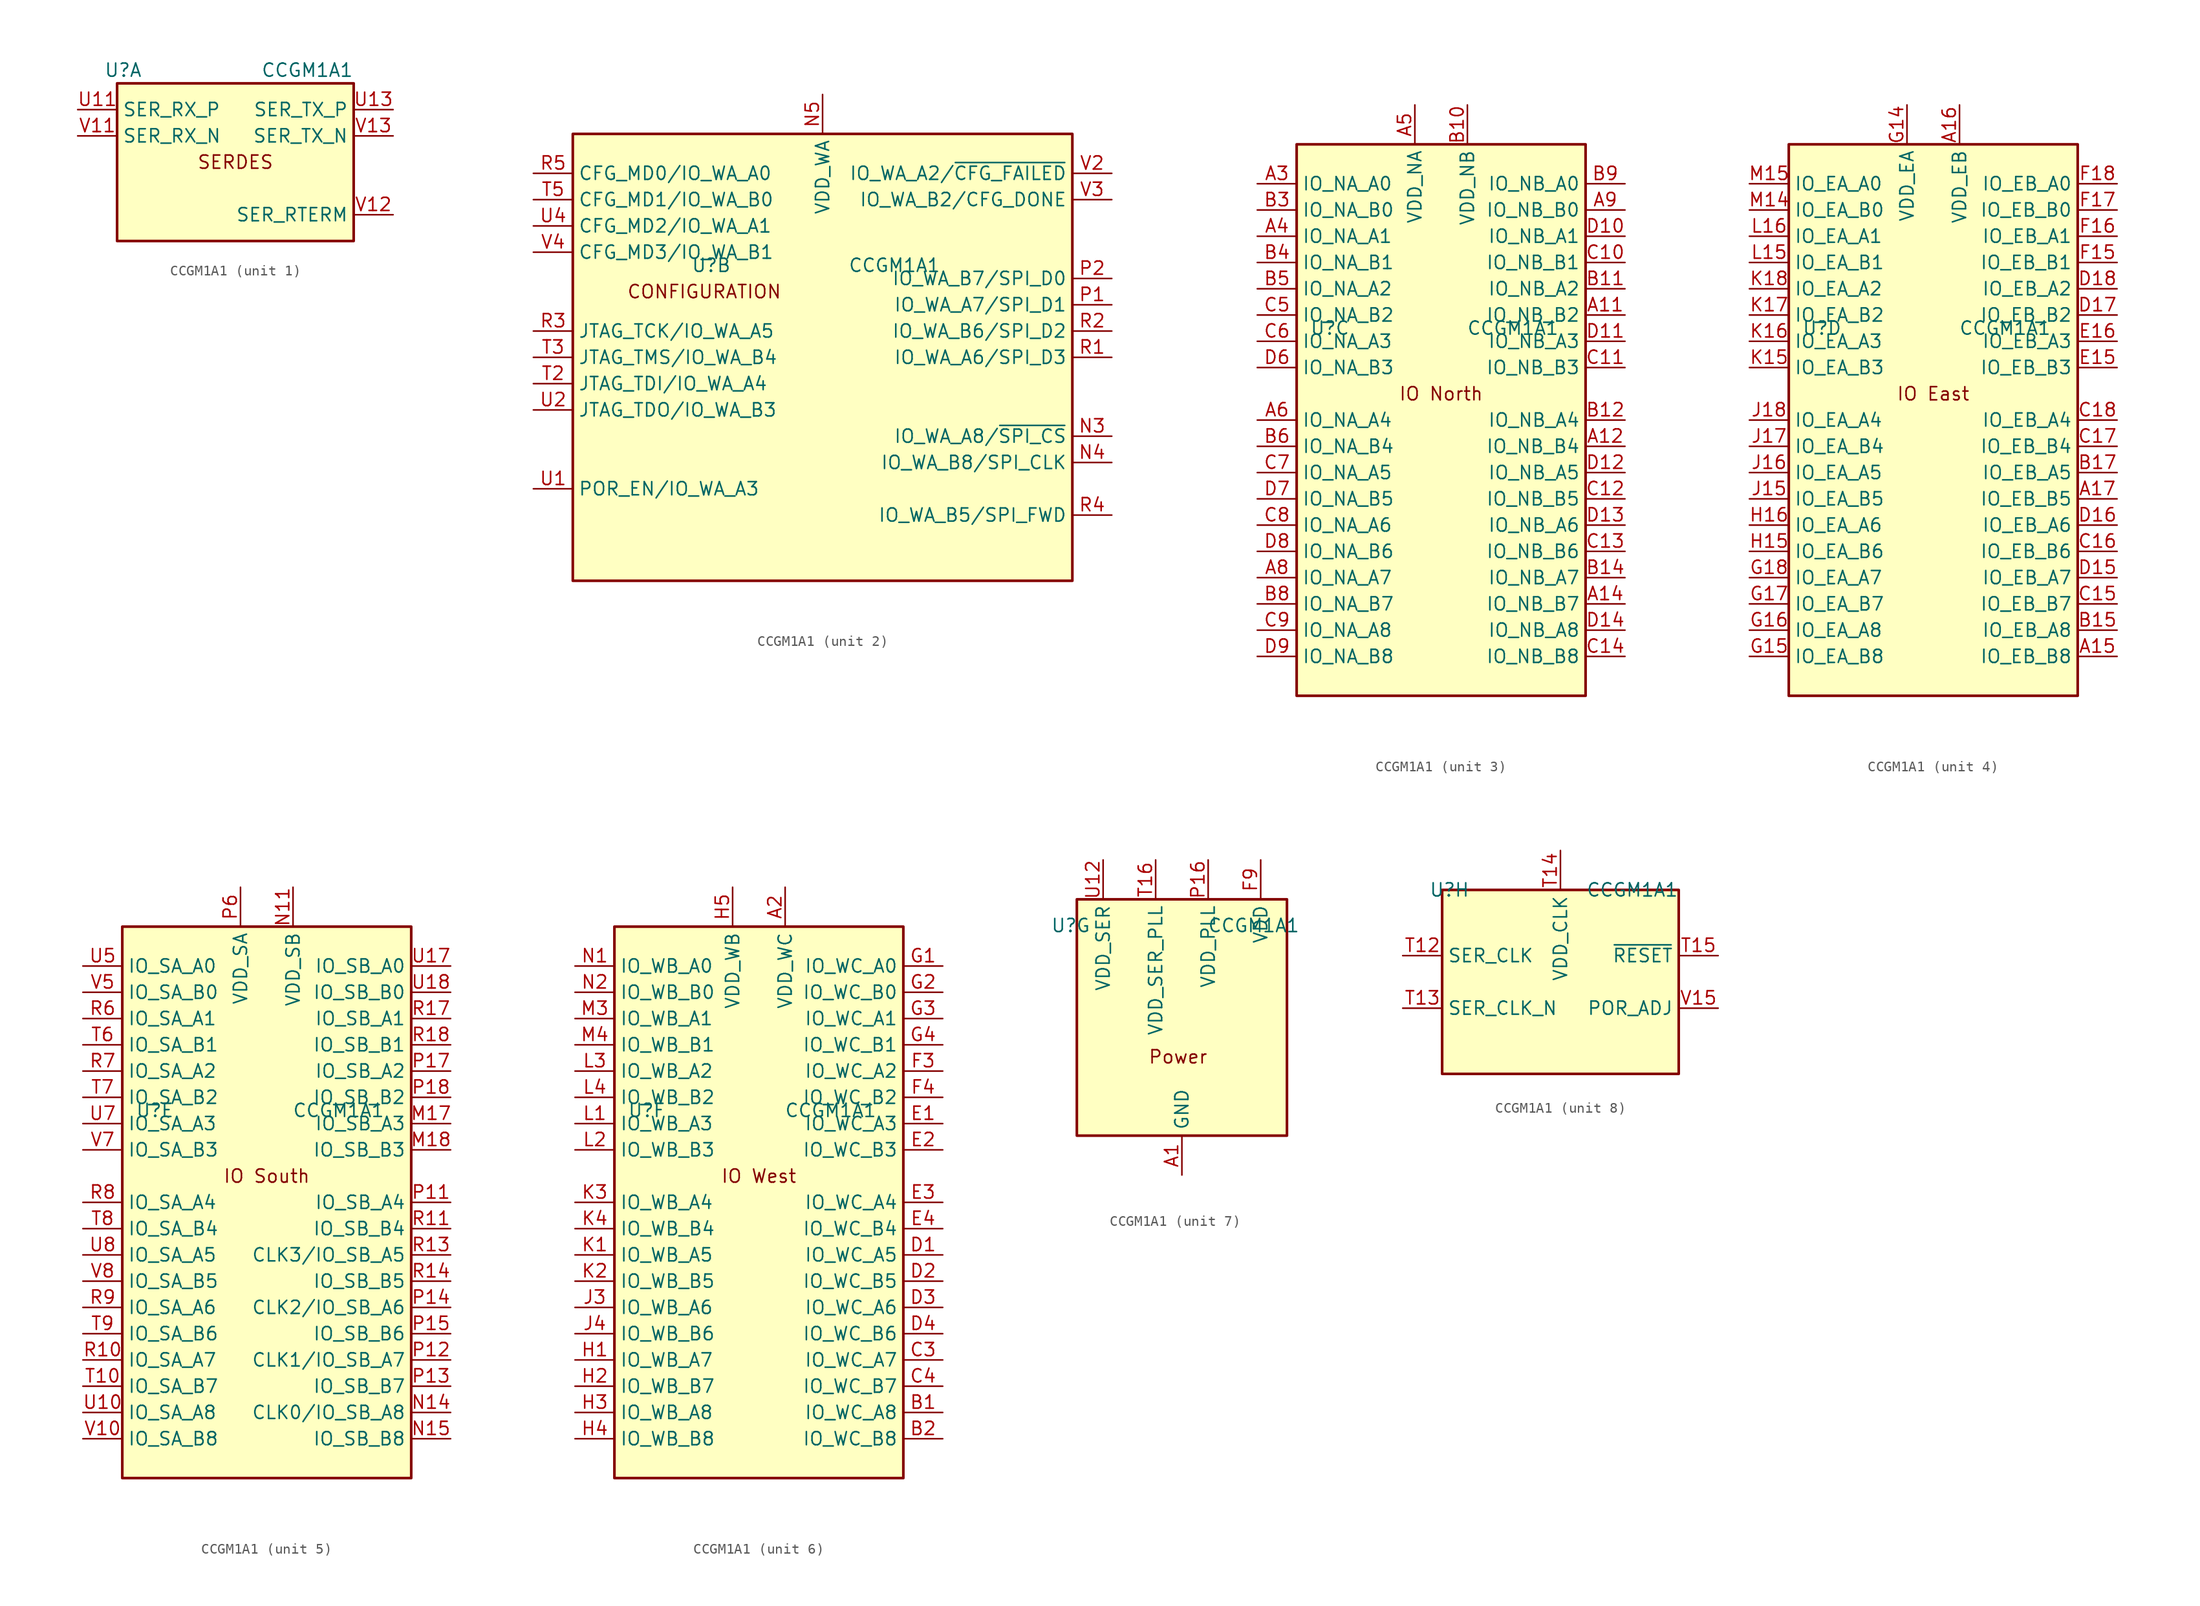
<source format=kicad_sym>
(kicad_symbol_lib
  (version 20231120)
  (generator "kicad_symbol_editor")
  (generator_version "8.0")
  (symbol "CCGM1A1"
    (property "Reference" "U"
      (at -12.7 8.89 0)
      (effects (font (size 1.27 1.27)) (justify left)))
    (property "Value" "CCGM1A1"
      (at 11.43 8.89 0)
      (effects (font (size 1.27 1.27)) (justify right)))
    (property "ki_locked" ""
      (at 0 0 0)
      (effects (font (size 1.27 1.27))))
    (symbol "CCGM1A1_1_1"
      (rectangle (start -11.43 7.62) (end 11.43 -7.62) (stroke (width 0.254) (type default)) (fill (type background)))
      (text "SERDES" (at 0 0 0) (effects (font (size 1.27 1.27))))
      (pin input line (at -15.24 5.08 0) (length 3.81) (name "SER_RX_P" (effects (font (size 1.27 1.27)))) (number "U11" (effects (font (size 1.27 1.27)))))
      (pin output line (at 15.24 5.08 180) (length 3.81) (name "SER_TX_P" (effects (font (size 1.27 1.27)))) (number "U13" (effects (font (size 1.27 1.27)))))
      (pin input line (at -15.24 2.54 0) (length 3.81) (name "SER_RX_N" (effects (font (size 1.27 1.27)))) (number "V11" (effects (font (size 1.27 1.27)))))
      (pin passive line (at 15.24 -5.08 180) (length 3.81) (name "SER_RTERM" (effects (font (size 1.27 1.27)))) (number "V12" (effects (font (size 1.27 1.27)))))
      (pin output line (at 15.24 2.54 180) (length 3.81) (name "SER_TX_N" (effects (font (size 1.27 1.27)))) (number "V13" (effects (font (size 1.27 1.27))))))
    (symbol "CCGM1A1_2_1"
      (rectangle (start 24.13 21.59) (end -24.13 -21.59) (stroke (width 0.254) (type default)) (fill (type background)))
      (text "CONFIGURATION" (at -11.43 6.35 0) (effects (font (size 1.27 1.27))))
      (pin bidirectional line (at 27.94 -7.62 180) (length 3.81) (name "IO_WA_A8/~{SPI_CS}" (effects (font (size 1.27 1.27)))) (number "N3" (effects (font (size 1.27 1.27)))))
      (pin bidirectional line (at 27.94 -10.16 180) (length 3.81) (name "IO_WA_B8/SPI_CLK" (effects (font (size 1.27 1.27)))) (number "N4" (effects (font (size 1.27 1.27)))))
      (pin power_in line (at 0 25.4 270) (length 3.81) (name "VDD_WA" (effects (font (size 1.27 1.27)))) (number "N5" (effects (font (size 1.27 1.27)))))
      (pin bidirectional line (at 27.94 5.08 180) (length 3.81) (name "IO_WA_A7/SPI_D1" (effects (font (size 1.27 1.27)))) (number "P1" (effects (font (size 1.27 1.27)))))
      (pin bidirectional line (at 27.94 7.62 180) (length 3.81) (name "IO_WA_B7/SPI_D0" (effects (font (size 1.27 1.27)))) (number "P2" (effects (font (size 1.27 1.27)))))
      (pin passive line (at 0 25.4 270) (length 3.81) hide (name "VDD_WA" (effects (font (size 1.27 1.27)))) (number "P3" (effects (font (size 1.27 1.27)))))
      (pin passive line (at 0 25.4 270) (length 3.81) hide (name "VDD_WA" (effects (font (size 1.27 1.27)))) (number "P5" (effects (font (size 1.27 1.27)))))
      (pin bidirectional line (at 27.94 0 180) (length 3.81) (name "IO_WA_A6/SPI_D3" (effects (font (size 1.27 1.27)))) (number "R1" (effects (font (size 1.27 1.27)))))
      (pin bidirectional line (at 27.94 2.54 180) (length 3.81) (name "IO_WA_B6/SPI_D2" (effects (font (size 1.27 1.27)))) (number "R2" (effects (font (size 1.27 1.27)))))
      (pin bidirectional line (at -27.94 2.54 0) (length 3.81) (name "JTAG_TCK/IO_WA_A5" (effects (font (size 1.27 1.27)))) (number "R3" (effects (font (size 1.27 1.27)))))
      (pin bidirectional line (at 27.94 -15.24 180) (length 3.81) (name "IO_WA_B5/SPI_FWD" (effects (font (size 1.27 1.27)))) (number "R4" (effects (font (size 1.27 1.27)))))
      (pin bidirectional line (at -27.94 17.78 0) (length 3.81) (name "CFG_MD0/IO_WA_A0" (effects (font (size 1.27 1.27)))) (number "R5" (effects (font (size 1.27 1.27)))))
      (pin passive line (at 0 25.4 270) (length 3.81) hide (name "VDD_WA" (effects (font (size 1.27 1.27)))) (number "T1" (effects (font (size 1.27 1.27)))))
      (pin bidirectional line (at -27.94 -2.54 0) (length 3.81) (name "JTAG_TDI/IO_WA_A4" (effects (font (size 1.27 1.27)))) (number "T2" (effects (font (size 1.27 1.27)))))
      (pin bidirectional line (at -27.94 0 0) (length 3.81) (name "JTAG_TMS/IO_WA_B4" (effects (font (size 1.27 1.27)))) (number "T3" (effects (font (size 1.27 1.27)))))
      (pin bidirectional line (at -27.94 15.24 0) (length 3.81) (name "CFG_MD1/IO_WA_B0" (effects (font (size 1.27 1.27)))) (number "T5" (effects (font (size 1.27 1.27)))))
      (pin bidirectional line (at -27.94 -12.7 0) (length 3.81) (name "POR_EN/IO_WA_A3" (effects (font (size 1.27 1.27)))) (number "U1" (effects (font (size 1.27 1.27)))))
      (pin bidirectional line (at -27.94 -5.08 0) (length 3.81) (name "JTAG_TDO/IO_WA_B3" (effects (font (size 1.27 1.27)))) (number "U2" (effects (font (size 1.27 1.27)))))
      (pin passive line (at 0 25.4 270) (length 3.81) hide (name "VDD_WA" (effects (font (size 1.27 1.27)))) (number "U3" (effects (font (size 1.27 1.27)))))
      (pin bidirectional line (at -27.94 12.7 0) (length 3.81) (name "CFG_MD2/IO_WA_A1" (effects (font (size 1.27 1.27)))) (number "U4" (effects (font (size 1.27 1.27)))))
      (pin bidirectional line (at 27.94 17.78 180) (length 3.81) (name "IO_WA_A2/~{CFG_FAILED}" (effects (font (size 1.27 1.27)))) (number "V2" (effects (font (size 1.27 1.27)))))
      (pin bidirectional line (at 27.94 15.24 180) (length 3.81) (name "IO_WA_B2/CFG_DONE" (effects (font (size 1.27 1.27)))) (number "V3" (effects (font (size 1.27 1.27)))))
      (pin bidirectional line (at -27.94 10.16 0) (length 3.81) (name "CFG_MD3/IO_WA_B1" (effects (font (size 1.27 1.27)))) (number "V4" (effects (font (size 1.27 1.27))))))
    (symbol "CCGM1A1_3_1"
      (rectangle (start -13.97 -26.67) (end 13.97 26.67) (stroke (width 0.254) (type default)) (fill (type background)))
      (text "IO North" (at 0 2.54 0) (effects (font (size 1.27 1.27))))
      (pin bidirectional line (at 17.78 10.16 180) (length 3.81) (name "IO_NB_B2" (effects (font (size 1.27 1.27)))) (number "A11" (effects (font (size 1.27 1.27)))))
      (pin bidirectional line (at 17.78 -2.54 180) (length 3.81) (name "IO_NB_B4" (effects (font (size 1.27 1.27)))) (number "A12" (effects (font (size 1.27 1.27)))))
      (pin bidirectional line (at 17.78 -17.78 180) (length 3.81) (name "IO_NB_B7" (effects (font (size 1.27 1.27)))) (number "A14" (effects (font (size 1.27 1.27)))))
      (pin bidirectional line (at -17.78 22.86 0) (length 3.81) (name "IO_NA_A0" (effects (font (size 1.27 1.27)))) (number "A3" (effects (font (size 1.27 1.27)))))
      (pin bidirectional line (at -17.78 17.78 0) (length 3.81) (name "IO_NA_A1" (effects (font (size 1.27 1.27)))) (number "A4" (effects (font (size 1.27 1.27)))))
      (pin power_in line (at -2.54 30.48 270) (length 3.81) (name "VDD_NA" (effects (font (size 1.27 1.27)))) (number "A5" (effects (font (size 1.27 1.27)))))
      (pin bidirectional line (at -17.78 0 0) (length 3.81) (name "IO_NA_A4" (effects (font (size 1.27 1.27)))) (number "A6" (effects (font (size 1.27 1.27)))))
      (pin bidirectional line (at -17.78 -15.24 0) (length 3.81) (name "IO_NA_A7" (effects (font (size 1.27 1.27)))) (number "A8" (effects (font (size 1.27 1.27)))))
      (pin bidirectional line (at 17.78 20.32 180) (length 3.81) (name "IO_NB_B0" (effects (font (size 1.27 1.27)))) (number "A9" (effects (font (size 1.27 1.27)))))
      (pin power_in line (at 2.54 30.48 270) (length 3.81) (name "VDD_NB" (effects (font (size 1.27 1.27)))) (number "B10" (effects (font (size 1.27 1.27)))))
      (pin bidirectional line (at 17.78 12.7 180) (length 3.81) (name "IO_NB_A2" (effects (font (size 1.27 1.27)))) (number "B11" (effects (font (size 1.27 1.27)))))
      (pin bidirectional line (at 17.78 0 180) (length 3.81) (name "IO_NB_A4" (effects (font (size 1.27 1.27)))) (number "B12" (effects (font (size 1.27 1.27)))))
      (pin passive line (at 2.54 30.48 270) (length 3.81) hide (name "VDD_NB" (effects (font (size 1.27 1.27)))) (number "B13" (effects (font (size 1.27 1.27)))))
      (pin bidirectional line (at 17.78 -15.24 180) (length 3.81) (name "IO_NB_A7" (effects (font (size 1.27 1.27)))) (number "B14" (effects (font (size 1.27 1.27)))))
      (pin bidirectional line (at -17.78 20.32 0) (length 3.81) (name "IO_NA_B0" (effects (font (size 1.27 1.27)))) (number "B3" (effects (font (size 1.27 1.27)))))
      (pin bidirectional line (at -17.78 15.24 0) (length 3.81) (name "IO_NA_B1" (effects (font (size 1.27 1.27)))) (number "B4" (effects (font (size 1.27 1.27)))))
      (pin bidirectional line (at -17.78 12.7 0) (length 3.81) (name "IO_NA_A2" (effects (font (size 1.27 1.27)))) (number "B5" (effects (font (size 1.27 1.27)))))
      (pin bidirectional line (at -17.78 -2.54 0) (length 3.81) (name "IO_NA_B4" (effects (font (size 1.27 1.27)))) (number "B6" (effects (font (size 1.27 1.27)))))
      (pin passive line (at -2.54 30.48 270) (length 3.81) hide (name "VDD_NA" (effects (font (size 1.27 1.27)))) (number "B7" (effects (font (size 1.27 1.27)))))
      (pin bidirectional line (at -17.78 -17.78 0) (length 3.81) (name "IO_NA_B7" (effects (font (size 1.27 1.27)))) (number "B8" (effects (font (size 1.27 1.27)))))
      (pin bidirectional line (at 17.78 22.86 180) (length 3.81) (name "IO_NB_A0" (effects (font (size 1.27 1.27)))) (number "B9" (effects (font (size 1.27 1.27)))))
      (pin bidirectional line (at 17.78 15.24 180) (length 3.81) (name "IO_NB_B1" (effects (font (size 1.27 1.27)))) (number "C10" (effects (font (size 1.27 1.27)))))
      (pin bidirectional line (at 17.78 5.08 180) (length 3.81) (name "IO_NB_B3" (effects (font (size 1.27 1.27)))) (number "C11" (effects (font (size 1.27 1.27)))))
      (pin bidirectional line (at 17.78 -7.62 180) (length 3.81) (name "IO_NB_B5" (effects (font (size 1.27 1.27)))) (number "C12" (effects (font (size 1.27 1.27)))))
      (pin bidirectional line (at 17.78 -12.7 180) (length 3.81) (name "IO_NB_B6" (effects (font (size 1.27 1.27)))) (number "C13" (effects (font (size 1.27 1.27)))))
      (pin bidirectional line (at 17.78 -22.86 180) (length 3.81) (name "IO_NB_B8" (effects (font (size 1.27 1.27)))) (number "C14" (effects (font (size 1.27 1.27)))))
      (pin bidirectional line (at -17.78 10.16 0) (length 3.81) (name "IO_NA_B2" (effects (font (size 1.27 1.27)))) (number "C5" (effects (font (size 1.27 1.27)))))
      (pin bidirectional line (at -17.78 7.62 0) (length 3.81) (name "IO_NA_A3" (effects (font (size 1.27 1.27)))) (number "C6" (effects (font (size 1.27 1.27)))))
      (pin bidirectional line (at -17.78 -5.08 0) (length 3.81) (name "IO_NA_A5" (effects (font (size 1.27 1.27)))) (number "C7" (effects (font (size 1.27 1.27)))))
      (pin bidirectional line (at -17.78 -10.16 0) (length 3.81) (name "IO_NA_A6" (effects (font (size 1.27 1.27)))) (number "C8" (effects (font (size 1.27 1.27)))))
      (pin bidirectional line (at -17.78 -20.32 0) (length 3.81) (name "IO_NA_A8" (effects (font (size 1.27 1.27)))) (number "C9" (effects (font (size 1.27 1.27)))))
      (pin bidirectional line (at 17.78 17.78 180) (length 3.81) (name "IO_NB_A1" (effects (font (size 1.27 1.27)))) (number "D10" (effects (font (size 1.27 1.27)))))
      (pin bidirectional line (at 17.78 7.62 180) (length 3.81) (name "IO_NB_A3" (effects (font (size 1.27 1.27)))) (number "D11" (effects (font (size 1.27 1.27)))))
      (pin bidirectional line (at 17.78 -5.08 180) (length 3.81) (name "IO_NB_A5" (effects (font (size 1.27 1.27)))) (number "D12" (effects (font (size 1.27 1.27)))))
      (pin bidirectional line (at 17.78 -10.16 180) (length 3.81) (name "IO_NB_A6" (effects (font (size 1.27 1.27)))) (number "D13" (effects (font (size 1.27 1.27)))))
      (pin bidirectional line (at 17.78 -20.32 180) (length 3.81) (name "IO_NB_A8" (effects (font (size 1.27 1.27)))) (number "D14" (effects (font (size 1.27 1.27)))))
      (pin bidirectional line (at -17.78 5.08 0) (length 3.81) (name "IO_NA_B3" (effects (font (size 1.27 1.27)))) (number "D6" (effects (font (size 1.27 1.27)))))
      (pin bidirectional line (at -17.78 -7.62 0) (length 3.81) (name "IO_NA_B5" (effects (font (size 1.27 1.27)))) (number "D7" (effects (font (size 1.27 1.27)))))
      (pin bidirectional line (at -17.78 -12.7 0) (length 3.81) (name "IO_NA_B6" (effects (font (size 1.27 1.27)))) (number "D8" (effects (font (size 1.27 1.27)))))
      (pin bidirectional line (at -17.78 -22.86 0) (length 3.81) (name "IO_NA_B8" (effects (font (size 1.27 1.27)))) (number "D9" (effects (font (size 1.27 1.27)))))
      (pin passive line (at 2.54 30.48 270) (length 3.81) hide (name "VDD_NB" (effects (font (size 1.27 1.27)))) (number "E10" (effects (font (size 1.27 1.27)))))
      (pin passive line (at 2.54 30.48 270) (length 3.81) hide (name "VDD_NB" (effects (font (size 1.27 1.27)))) (number "E12" (effects (font (size 1.27 1.27)))))
      (pin passive line (at -2.54 30.48 270) (length 3.81) hide (name "VDD_NA" (effects (font (size 1.27 1.27)))) (number "E6" (effects (font (size 1.27 1.27)))))
      (pin passive line (at -2.54 30.48 270) (length 3.81) hide (name "VDD_NA" (effects (font (size 1.27 1.27)))) (number "E8" (effects (font (size 1.27 1.27)))))
      (pin passive line (at 2.54 30.48 270) (length 3.81) hide (name "VDD_NB" (effects (font (size 1.27 1.27)))) (number "F11" (effects (font (size 1.27 1.27)))))
      (pin passive line (at -2.54 30.48 270) (length 3.81) hide (name "VDD_NA" (effects (font (size 1.27 1.27)))) (number "F7" (effects (font (size 1.27 1.27))))))
    (symbol "CCGM1A1_4_1"
      (rectangle (start -13.97 -26.67) (end 13.97 26.67) (stroke (width 0.254) (type default)) (fill (type background)))
      (text "IO East" (at 0 2.54 0) (effects (font (size 1.27 1.27))))
      (pin bidirectional line (at 17.78 -22.86 180) (length 3.81) (name "IO_EB_B8" (effects (font (size 1.27 1.27)))) (number "A15" (effects (font (size 1.27 1.27)))))
      (pin power_in line (at 2.54 30.48 270) (length 3.81) (name "VDD_EB" (effects (font (size 1.27 1.27)))) (number "A16" (effects (font (size 1.27 1.27)))))
      (pin bidirectional line (at 17.78 -7.62 180) (length 3.81) (name "IO_EB_B5" (effects (font (size 1.27 1.27)))) (number "A17" (effects (font (size 1.27 1.27)))))
      (pin bidirectional line (at 17.78 -20.32 180) (length 3.81) (name "IO_EB_A8" (effects (font (size 1.27 1.27)))) (number "B15" (effects (font (size 1.27 1.27)))))
      (pin bidirectional line (at 17.78 -5.08 180) (length 3.81) (name "IO_EB_A5" (effects (font (size 1.27 1.27)))) (number "B17" (effects (font (size 1.27 1.27)))))
      (pin passive line (at 2.54 30.48 270) (length 3.81) hide (name "VDD_EB" (effects (font (size 1.27 1.27)))) (number "B18" (effects (font (size 1.27 1.27)))))
      (pin bidirectional line (at 17.78 -17.78 180) (length 3.81) (name "IO_EB_B7" (effects (font (size 1.27 1.27)))) (number "C15" (effects (font (size 1.27 1.27)))))
      (pin bidirectional line (at 17.78 -12.7 180) (length 3.81) (name "IO_EB_B6" (effects (font (size 1.27 1.27)))) (number "C16" (effects (font (size 1.27 1.27)))))
      (pin bidirectional line (at 17.78 -2.54 180) (length 3.81) (name "IO_EB_B4" (effects (font (size 1.27 1.27)))) (number "C17" (effects (font (size 1.27 1.27)))))
      (pin bidirectional line (at 17.78 0 180) (length 3.81) (name "IO_EB_A4" (effects (font (size 1.27 1.27)))) (number "C18" (effects (font (size 1.27 1.27)))))
      (pin bidirectional line (at 17.78 -15.24 180) (length 3.81) (name "IO_EB_A7" (effects (font (size 1.27 1.27)))) (number "D15" (effects (font (size 1.27 1.27)))))
      (pin bidirectional line (at 17.78 -10.16 180) (length 3.81) (name "IO_EB_A6" (effects (font (size 1.27 1.27)))) (number "D16" (effects (font (size 1.27 1.27)))))
      (pin bidirectional line (at 17.78 10.16 180) (length 3.81) (name "IO_EB_B2" (effects (font (size 1.27 1.27)))) (number "D17" (effects (font (size 1.27 1.27)))))
      (pin bidirectional line (at 17.78 12.7 180) (length 3.81) (name "IO_EB_A2" (effects (font (size 1.27 1.27)))) (number "D18" (effects (font (size 1.27 1.27)))))
      (pin passive line (at 2.54 30.48 270) (length 3.81) hide (name "VDD_EB" (effects (font (size 1.27 1.27)))) (number "E14" (effects (font (size 1.27 1.27)))))
      (pin bidirectional line (at 17.78 5.08 180) (length 3.81) (name "IO_EB_B3" (effects (font (size 1.27 1.27)))) (number "E15" (effects (font (size 1.27 1.27)))))
      (pin bidirectional line (at 17.78 7.62 180) (length 3.81) (name "IO_EB_A3" (effects (font (size 1.27 1.27)))) (number "E16" (effects (font (size 1.27 1.27)))))
      (pin passive line (at 2.54 30.48 270) (length 3.81) hide (name "VDD_EB" (effects (font (size 1.27 1.27)))) (number "E17" (effects (font (size 1.27 1.27)))))
      (pin passive line (at 2.54 30.48 270) (length 3.81) hide (name "VDD_EB" (effects (font (size 1.27 1.27)))) (number "F13" (effects (font (size 1.27 1.27)))))
      (pin bidirectional line (at 17.78 15.24 180) (length 3.81) (name "IO_EB_B1" (effects (font (size 1.27 1.27)))) (number "F15" (effects (font (size 1.27 1.27)))))
      (pin bidirectional line (at 17.78 17.78 180) (length 3.81) (name "IO_EB_A1" (effects (font (size 1.27 1.27)))) (number "F16" (effects (font (size 1.27 1.27)))))
      (pin bidirectional line (at 17.78 20.32 180) (length 3.81) (name "IO_EB_B0" (effects (font (size 1.27 1.27)))) (number "F17" (effects (font (size 1.27 1.27)))))
      (pin bidirectional line (at 17.78 22.86 180) (length 3.81) (name "IO_EB_A0" (effects (font (size 1.27 1.27)))) (number "F18" (effects (font (size 1.27 1.27)))))
      (pin power_in line (at -2.54 30.48 270) (length 3.81) (name "VDD_EA" (effects (font (size 1.27 1.27)))) (number "G14" (effects (font (size 1.27 1.27)))))
      (pin bidirectional line (at -17.78 -22.86 0) (length 3.81) (name "IO_EA_B8" (effects (font (size 1.27 1.27)))) (number "G15" (effects (font (size 1.27 1.27)))))
      (pin bidirectional line (at -17.78 -20.32 0) (length 3.81) (name "IO_EA_A8" (effects (font (size 1.27 1.27)))) (number "G16" (effects (font (size 1.27 1.27)))))
      (pin bidirectional line (at -17.78 -17.78 0) (length 3.81) (name "IO_EA_B7" (effects (font (size 1.27 1.27)))) (number "G17" (effects (font (size 1.27 1.27)))))
      (pin bidirectional line (at -17.78 -15.24 0) (length 3.81) (name "IO_EA_A7" (effects (font (size 1.27 1.27)))) (number "G18" (effects (font (size 1.27 1.27)))))
      (pin bidirectional line (at -17.78 -12.7 0) (length 3.81) (name "IO_EA_B6" (effects (font (size 1.27 1.27)))) (number "H15" (effects (font (size 1.27 1.27)))))
      (pin bidirectional line (at -17.78 -10.16 0) (length 3.81) (name "IO_EA_A6" (effects (font (size 1.27 1.27)))) (number "H16" (effects (font (size 1.27 1.27)))))
      (pin passive line (at -2.54 30.48 270) (length 3.81) hide (name "VDD_EA" (effects (font (size 1.27 1.27)))) (number "H17" (effects (font (size 1.27 1.27)))))
      (pin passive line (at -2.54 30.48 270) (length 3.81) hide (name "VDD_EA" (effects (font (size 1.27 1.27)))) (number "J14" (effects (font (size 1.27 1.27)))))
      (pin bidirectional line (at -17.78 -7.62 0) (length 3.81) (name "IO_EA_B5" (effects (font (size 1.27 1.27)))) (number "J15" (effects (font (size 1.27 1.27)))))
      (pin bidirectional line (at -17.78 -5.08 0) (length 3.81) (name "IO_EA_A5" (effects (font (size 1.27 1.27)))) (number "J16" (effects (font (size 1.27 1.27)))))
      (pin bidirectional line (at -17.78 -2.54 0) (length 3.81) (name "IO_EA_B4" (effects (font (size 1.27 1.27)))) (number "J17" (effects (font (size 1.27 1.27)))))
      (pin bidirectional line (at -17.78 0 0) (length 3.81) (name "IO_EA_A4" (effects (font (size 1.27 1.27)))) (number "J18" (effects (font (size 1.27 1.27)))))
      (pin bidirectional line (at -17.78 5.08 0) (length 3.81) (name "IO_EA_B3" (effects (font (size 1.27 1.27)))) (number "K15" (effects (font (size 1.27 1.27)))))
      (pin bidirectional line (at -17.78 7.62 0) (length 3.81) (name "IO_EA_A3" (effects (font (size 1.27 1.27)))) (number "K16" (effects (font (size 1.27 1.27)))))
      (pin bidirectional line (at -17.78 10.16 0) (length 3.81) (name "IO_EA_B2" (effects (font (size 1.27 1.27)))) (number "K17" (effects (font (size 1.27 1.27)))))
      (pin bidirectional line (at -17.78 12.7 0) (length 3.81) (name "IO_EA_A2" (effects (font (size 1.27 1.27)))) (number "K18" (effects (font (size 1.27 1.27)))))
      (pin passive line (at -2.54 30.48 270) (length 3.81) hide (name "VDD_EA" (effects (font (size 1.27 1.27)))) (number "L14" (effects (font (size 1.27 1.27)))))
      (pin bidirectional line (at -17.78 15.24 0) (length 3.81) (name "IO_EA_B1" (effects (font (size 1.27 1.27)))) (number "L15" (effects (font (size 1.27 1.27)))))
      (pin bidirectional line (at -17.78 17.78 0) (length 3.81) (name "IO_EA_A1" (effects (font (size 1.27 1.27)))) (number "L16" (effects (font (size 1.27 1.27)))))
      (pin passive line (at -2.54 30.48 270) (length 3.81) hide (name "VDD_EA" (effects (font (size 1.27 1.27)))) (number "L17" (effects (font (size 1.27 1.27)))))
      (pin bidirectional line (at -17.78 20.32 0) (length 3.81) (name "IO_EA_B0" (effects (font (size 1.27 1.27)))) (number "M14" (effects (font (size 1.27 1.27)))))
      (pin bidirectional line (at -17.78 22.86 0) (length 3.81) (name "IO_EA_A0" (effects (font (size 1.27 1.27)))) (number "M15" (effects (font (size 1.27 1.27))))))
    (symbol "CCGM1A1_5_1"
      (rectangle (start -13.97 -26.67) (end 13.97 26.67) (stroke (width 0.254) (type default)) (fill (type background)))
      (text "IO South" (at 0 2.54 0) (effects (font (size 1.27 1.27))))
      (pin bidirectional line (at 17.78 7.62 180) (length 3.81) (name "IO_SB_A3" (effects (font (size 1.27 1.27)))) (number "M17" (effects (font (size 1.27 1.27)))))
      (pin bidirectional line (at 17.78 5.08 180) (length 3.81) (name "IO_SB_B3" (effects (font (size 1.27 1.27)))) (number "M18" (effects (font (size 1.27 1.27)))))
      (pin power_in line (at 2.54 30.48 270) (length 3.81) (name "VDD_SB" (effects (font (size 1.27 1.27)))) (number "N11" (effects (font (size 1.27 1.27)))))
      (pin passive line (at 2.54 30.48 270) (length 3.81) hide (name "VDD_SB" (effects (font (size 1.27 1.27)))) (number "N13" (effects (font (size 1.27 1.27)))))
      (pin bidirectional line (at 17.78 -20.32 180) (length 3.81) (name "CLK0/IO_SB_A8" (effects (font (size 1.27 1.27)))) (number "N14" (effects (font (size 1.27 1.27)))))
      (pin bidirectional line (at 17.78 -22.86 180) (length 3.81) (name "IO_SB_B8" (effects (font (size 1.27 1.27)))) (number "N15" (effects (font (size 1.27 1.27)))))
      (pin passive line (at 2.54 30.48 270) (length 3.81) hide (name "VDD_SB" (effects (font (size 1.27 1.27)))) (number "N18" (effects (font (size 1.27 1.27)))))
      (pin passive line (at -2.54 30.48 270) (length 3.81) hide (name "VDD_SA" (effects (font (size 1.27 1.27)))) (number "P10" (effects (font (size 1.27 1.27)))))
      (pin bidirectional line (at 17.78 0 180) (length 3.81) (name "IO_SB_A4" (effects (font (size 1.27 1.27)))) (number "P11" (effects (font (size 1.27 1.27)))))
      (pin bidirectional line (at 17.78 -15.24 180) (length 3.81) (name "CLK1/IO_SB_A7" (effects (font (size 1.27 1.27)))) (number "P12" (effects (font (size 1.27 1.27)))))
      (pin bidirectional line (at 17.78 -17.78 180) (length 3.81) (name "IO_SB_B7" (effects (font (size 1.27 1.27)))) (number "P13" (effects (font (size 1.27 1.27)))))
      (pin bidirectional line (at 17.78 -10.16 180) (length 3.81) (name "CLK2/IO_SB_A6" (effects (font (size 1.27 1.27)))) (number "P14" (effects (font (size 1.27 1.27)))))
      (pin bidirectional line (at 17.78 -12.7 180) (length 3.81) (name "IO_SB_B6" (effects (font (size 1.27 1.27)))) (number "P15" (effects (font (size 1.27 1.27)))))
      (pin bidirectional line (at 17.78 12.7 180) (length 3.81) (name "IO_SB_A2" (effects (font (size 1.27 1.27)))) (number "P17" (effects (font (size 1.27 1.27)))))
      (pin bidirectional line (at 17.78 10.16 180) (length 3.81) (name "IO_SB_B2" (effects (font (size 1.27 1.27)))) (number "P18" (effects (font (size 1.27 1.27)))))
      (pin power_in line (at -2.54 30.48 270) (length 3.81) (name "VDD_SA" (effects (font (size 1.27 1.27)))) (number "P6" (effects (font (size 1.27 1.27)))))
      (pin passive line (at -2.54 30.48 270) (length 3.81) hide (name "VDD_SA" (effects (font (size 1.27 1.27)))) (number "P8" (effects (font (size 1.27 1.27)))))
      (pin bidirectional line (at -17.78 -15.24 0) (length 3.81) (name "IO_SA_A7" (effects (font (size 1.27 1.27)))) (number "R10" (effects (font (size 1.27 1.27)))))
      (pin bidirectional line (at 17.78 -2.54 180) (length 3.81) (name "IO_SB_B4" (effects (font (size 1.27 1.27)))) (number "R11" (effects (font (size 1.27 1.27)))))
      (pin bidirectional line (at 17.78 -5.08 180) (length 3.81) (name "CLK3/IO_SB_A5" (effects (font (size 1.27 1.27)))) (number "R13" (effects (font (size 1.27 1.27)))))
      (pin bidirectional line (at 17.78 -7.62 180) (length 3.81) (name "IO_SB_B5" (effects (font (size 1.27 1.27)))) (number "R14" (effects (font (size 1.27 1.27)))))
      (pin passive line (at 2.54 30.48 270) (length 3.81) hide (name "VDD_SB" (effects (font (size 1.27 1.27)))) (number "R15" (effects (font (size 1.27 1.27)))))
      (pin bidirectional line (at 17.78 17.78 180) (length 3.81) (name "IO_SB_A1" (effects (font (size 1.27 1.27)))) (number "R17" (effects (font (size 1.27 1.27)))))
      (pin bidirectional line (at 17.78 15.24 180) (length 3.81) (name "IO_SB_B1" (effects (font (size 1.27 1.27)))) (number "R18" (effects (font (size 1.27 1.27)))))
      (pin bidirectional line (at -17.78 17.78 0) (length 3.81) (name "IO_SA_A1" (effects (font (size 1.27 1.27)))) (number "R6" (effects (font (size 1.27 1.27)))))
      (pin bidirectional line (at -17.78 12.7 0) (length 3.81) (name "IO_SA_A2" (effects (font (size 1.27 1.27)))) (number "R7" (effects (font (size 1.27 1.27)))))
      (pin bidirectional line (at -17.78 0 0) (length 3.81) (name "IO_SA_A4" (effects (font (size 1.27 1.27)))) (number "R8" (effects (font (size 1.27 1.27)))))
      (pin bidirectional line (at -17.78 -10.16 0) (length 3.81) (name "IO_SA_A6" (effects (font (size 1.27 1.27)))) (number "R9" (effects (font (size 1.27 1.27)))))
      (pin bidirectional line (at -17.78 -17.78 0) (length 3.81) (name "IO_SA_B7" (effects (font (size 1.27 1.27)))) (number "T10" (effects (font (size 1.27 1.27)))))
      (pin passive line (at 2.54 30.48 270) (length 3.81) hide (name "VDD_SB" (effects (font (size 1.27 1.27)))) (number "T18" (effects (font (size 1.27 1.27)))))
      (pin bidirectional line (at -17.78 15.24 0) (length 3.81) (name "IO_SA_B1" (effects (font (size 1.27 1.27)))) (number "T6" (effects (font (size 1.27 1.27)))))
      (pin bidirectional line (at -17.78 10.16 0) (length 3.81) (name "IO_SA_B2" (effects (font (size 1.27 1.27)))) (number "T7" (effects (font (size 1.27 1.27)))))
      (pin bidirectional line (at -17.78 -2.54 0) (length 3.81) (name "IO_SA_B4" (effects (font (size 1.27 1.27)))) (number "T8" (effects (font (size 1.27 1.27)))))
      (pin bidirectional line (at -17.78 -12.7 0) (length 3.81) (name "IO_SA_B6" (effects (font (size 1.27 1.27)))) (number "T9" (effects (font (size 1.27 1.27)))))
      (pin bidirectional line (at -17.78 -20.32 0) (length 3.81) (name "IO_SA_A8" (effects (font (size 1.27 1.27)))) (number "U10" (effects (font (size 1.27 1.27)))))
      (pin bidirectional line (at 17.78 22.86 180) (length 3.81) (name "IO_SB_A0" (effects (font (size 1.27 1.27)))) (number "U17" (effects (font (size 1.27 1.27)))))
      (pin bidirectional line (at 17.78 20.32 180) (length 3.81) (name "IO_SB_B0" (effects (font (size 1.27 1.27)))) (number "U18" (effects (font (size 1.27 1.27)))))
      (pin bidirectional line (at -17.78 22.86 0) (length 3.81) (name "IO_SA_A0" (effects (font (size 1.27 1.27)))) (number "U5" (effects (font (size 1.27 1.27)))))
      (pin passive line (at -2.54 30.48 270) (length 3.81) hide (name "VDD_SA" (effects (font (size 1.27 1.27)))) (number "U6" (effects (font (size 1.27 1.27)))))
      (pin bidirectional line (at -17.78 7.62 0) (length 3.81) (name "IO_SA_A3" (effects (font (size 1.27 1.27)))) (number "U7" (effects (font (size 1.27 1.27)))))
      (pin bidirectional line (at -17.78 -5.08 0) (length 3.81) (name "IO_SA_A5" (effects (font (size 1.27 1.27)))) (number "U8" (effects (font (size 1.27 1.27)))))
      (pin passive line (at -2.54 30.48 270) (length 3.81) hide (name "VDD_SA" (effects (font (size 1.27 1.27)))) (number "U9" (effects (font (size 1.27 1.27)))))
      (pin bidirectional line (at -17.78 -22.86 0) (length 3.81) (name "IO_SA_B8" (effects (font (size 1.27 1.27)))) (number "V10" (effects (font (size 1.27 1.27)))))
      (pin bidirectional line (at -17.78 20.32 0) (length 3.81) (name "IO_SA_B0" (effects (font (size 1.27 1.27)))) (number "V5" (effects (font (size 1.27 1.27)))))
      (pin bidirectional line (at -17.78 5.08 0) (length 3.81) (name "IO_SA_B3" (effects (font (size 1.27 1.27)))) (number "V7" (effects (font (size 1.27 1.27)))))
      (pin bidirectional line (at -17.78 -7.62 0) (length 3.81) (name "IO_SA_B5" (effects (font (size 1.27 1.27)))) (number "V8" (effects (font (size 1.27 1.27))))))
    (symbol "CCGM1A1_6_1"
      (rectangle (start -13.97 -26.67) (end 13.97 26.67) (stroke (width 0.254) (type default)) (fill (type background)))
      (text "IO West" (at 0 2.54 0) (effects (font (size 1.27 1.27))))
      (pin power_in line (at 2.54 30.48 270) (length 3.81) (name "VDD_WC" (effects (font (size 1.27 1.27)))) (number "A2" (effects (font (size 1.27 1.27)))))
      (pin bidirectional line (at 17.78 -20.32 180) (length 3.81) (name "IO_WC_A8" (effects (font (size 1.27 1.27)))) (number "B1" (effects (font (size 1.27 1.27)))))
      (pin bidirectional line (at 17.78 -22.86 180) (length 3.81) (name "IO_WC_B8" (effects (font (size 1.27 1.27)))) (number "B2" (effects (font (size 1.27 1.27)))))
      (pin passive line (at 2.54 30.48 270) (length 3.81) hide (name "VDD_WC" (effects (font (size 1.27 1.27)))) (number "C2" (effects (font (size 1.27 1.27)))))
      (pin bidirectional line (at 17.78 -15.24 180) (length 3.81) (name "IO_WC_A7" (effects (font (size 1.27 1.27)))) (number "C3" (effects (font (size 1.27 1.27)))))
      (pin bidirectional line (at 17.78 -17.78 180) (length 3.81) (name "IO_WC_B7" (effects (font (size 1.27 1.27)))) (number "C4" (effects (font (size 1.27 1.27)))))
      (pin bidirectional line (at 17.78 -5.08 180) (length 3.81) (name "IO_WC_A5" (effects (font (size 1.27 1.27)))) (number "D1" (effects (font (size 1.27 1.27)))))
      (pin bidirectional line (at 17.78 -7.62 180) (length 3.81) (name "IO_WC_B5" (effects (font (size 1.27 1.27)))) (number "D2" (effects (font (size 1.27 1.27)))))
      (pin bidirectional line (at 17.78 -10.16 180) (length 3.81) (name "IO_WC_A6" (effects (font (size 1.27 1.27)))) (number "D3" (effects (font (size 1.27 1.27)))))
      (pin bidirectional line (at 17.78 -12.7 180) (length 3.81) (name "IO_WC_B6" (effects (font (size 1.27 1.27)))) (number "D4" (effects (font (size 1.27 1.27)))))
      (pin passive line (at 2.54 30.48 270) (length 3.81) hide (name "VDD_WC" (effects (font (size 1.27 1.27)))) (number "D5" (effects (font (size 1.27 1.27)))))
      (pin bidirectional line (at 17.78 7.62 180) (length 3.81) (name "IO_WC_A3" (effects (font (size 1.27 1.27)))) (number "E1" (effects (font (size 1.27 1.27)))))
      (pin bidirectional line (at 17.78 5.08 180) (length 3.81) (name "IO_WC_B3" (effects (font (size 1.27 1.27)))) (number "E2" (effects (font (size 1.27 1.27)))))
      (pin bidirectional line (at 17.78 0 180) (length 3.81) (name "IO_WC_A4" (effects (font (size 1.27 1.27)))) (number "E3" (effects (font (size 1.27 1.27)))))
      (pin bidirectional line (at 17.78 -2.54 180) (length 3.81) (name "IO_WC_B4" (effects (font (size 1.27 1.27)))) (number "E4" (effects (font (size 1.27 1.27)))))
      (pin passive line (at 2.54 30.48 270) (length 3.81) hide (name "VDD_WC" (effects (font (size 1.27 1.27)))) (number "F2" (effects (font (size 1.27 1.27)))))
      (pin bidirectional line (at 17.78 12.7 180) (length 3.81) (name "IO_WC_A2" (effects (font (size 1.27 1.27)))) (number "F3" (effects (font (size 1.27 1.27)))))
      (pin bidirectional line (at 17.78 10.16 180) (length 3.81) (name "IO_WC_B2" (effects (font (size 1.27 1.27)))) (number "F4" (effects (font (size 1.27 1.27)))))
      (pin passive line (at 2.54 30.48 270) (length 3.81) hide (name "VDD_WC" (effects (font (size 1.27 1.27)))) (number "F5" (effects (font (size 1.27 1.27)))))
      (pin bidirectional line (at 17.78 22.86 180) (length 3.81) (name "IO_WC_A0" (effects (font (size 1.27 1.27)))) (number "G1" (effects (font (size 1.27 1.27)))))
      (pin bidirectional line (at 17.78 20.32 180) (length 3.81) (name "IO_WC_B0" (effects (font (size 1.27 1.27)))) (number "G2" (effects (font (size 1.27 1.27)))))
      (pin bidirectional line (at 17.78 17.78 180) (length 3.81) (name "IO_WC_A1" (effects (font (size 1.27 1.27)))) (number "G3" (effects (font (size 1.27 1.27)))))
      (pin bidirectional line (at 17.78 15.24 180) (length 3.81) (name "IO_WC_B1" (effects (font (size 1.27 1.27)))) (number "G4" (effects (font (size 1.27 1.27)))))
      (pin bidirectional line (at -17.78 -15.24 0) (length 3.81) (name "IO_WB_A7" (effects (font (size 1.27 1.27)))) (number "H1" (effects (font (size 1.27 1.27)))))
      (pin bidirectional line (at -17.78 -17.78 0) (length 3.81) (name "IO_WB_B7" (effects (font (size 1.27 1.27)))) (number "H2" (effects (font (size 1.27 1.27)))))
      (pin bidirectional line (at -17.78 -20.32 0) (length 3.81) (name "IO_WB_A8" (effects (font (size 1.27 1.27)))) (number "H3" (effects (font (size 1.27 1.27)))))
      (pin bidirectional line (at -17.78 -22.86 0) (length 3.81) (name "IO_WB_B8" (effects (font (size 1.27 1.27)))) (number "H4" (effects (font (size 1.27 1.27)))))
      (pin power_in line (at -2.54 30.48 270) (length 3.81) (name "VDD_WB" (effects (font (size 1.27 1.27)))) (number "H5" (effects (font (size 1.27 1.27)))))
      (pin passive line (at -2.54 30.48 270) (length 3.81) hide (name "VDD_WB" (effects (font (size 1.27 1.27)))) (number "J2" (effects (font (size 1.27 1.27)))))
      (pin bidirectional line (at -17.78 -10.16 0) (length 3.81) (name "IO_WB_A6" (effects (font (size 1.27 1.27)))) (number "J3" (effects (font (size 1.27 1.27)))))
      (pin bidirectional line (at -17.78 -12.7 0) (length 3.81) (name "IO_WB_B6" (effects (font (size 1.27 1.27)))) (number "J4" (effects (font (size 1.27 1.27)))))
      (pin bidirectional line (at -17.78 -5.08 0) (length 3.81) (name "IO_WB_A5" (effects (font (size 1.27 1.27)))) (number "K1" (effects (font (size 1.27 1.27)))))
      (pin bidirectional line (at -17.78 -7.62 0) (length 3.81) (name "IO_WB_B5" (effects (font (size 1.27 1.27)))) (number "K2" (effects (font (size 1.27 1.27)))))
      (pin bidirectional line (at -17.78 0 0) (length 3.81) (name "IO_WB_A4" (effects (font (size 1.27 1.27)))) (number "K3" (effects (font (size 1.27 1.27)))))
      (pin bidirectional line (at -17.78 -2.54 0) (length 3.81) (name "IO_WB_B4" (effects (font (size 1.27 1.27)))) (number "K4" (effects (font (size 1.27 1.27)))))
      (pin passive line (at -2.54 30.48 270) (length 3.81) hide (name "VDD_WB" (effects (font (size 1.27 1.27)))) (number "K5" (effects (font (size 1.27 1.27)))))
      (pin bidirectional line (at -17.78 7.62 0) (length 3.81) (name "IO_WB_A3" (effects (font (size 1.27 1.27)))) (number "L1" (effects (font (size 1.27 1.27)))))
      (pin bidirectional line (at -17.78 5.08 0) (length 3.81) (name "IO_WB_B3" (effects (font (size 1.27 1.27)))) (number "L2" (effects (font (size 1.27 1.27)))))
      (pin bidirectional line (at -17.78 12.7 0) (length 3.81) (name "IO_WB_A2" (effects (font (size 1.27 1.27)))) (number "L3" (effects (font (size 1.27 1.27)))))
      (pin bidirectional line (at -17.78 10.16 0) (length 3.81) (name "IO_WB_B2" (effects (font (size 1.27 1.27)))) (number "L4" (effects (font (size 1.27 1.27)))))
      (pin passive line (at -2.54 30.48 270) (length 3.81) hide (name "VDD_WB" (effects (font (size 1.27 1.27)))) (number "M2" (effects (font (size 1.27 1.27)))))
      (pin bidirectional line (at -17.78 17.78 0) (length 3.81) (name "IO_WB_A1" (effects (font (size 1.27 1.27)))) (number "M3" (effects (font (size 1.27 1.27)))))
      (pin bidirectional line (at -17.78 15.24 0) (length 3.81) (name "IO_WB_B1" (effects (font (size 1.27 1.27)))) (number "M4" (effects (font (size 1.27 1.27)))))
      (pin passive line (at -2.54 30.48 270) (length 3.81) hide (name "VDD_WB" (effects (font (size 1.27 1.27)))) (number "M5" (effects (font (size 1.27 1.27)))))
      (pin bidirectional line (at -17.78 22.86 0) (length 3.81) (name "IO_WB_A0" (effects (font (size 1.27 1.27)))) (number "N1" (effects (font (size 1.27 1.27)))))
      (pin bidirectional line (at -17.78 20.32 0) (length 3.81) (name "IO_WB_B0" (effects (font (size 1.27 1.27)))) (number "N2" (effects (font (size 1.27 1.27))))))
    (symbol "CCGM1A1_7_1"
      (rectangle (start -10.16 11.43) (end 10.16 -11.43) (stroke (width 0.254) (type default)) (fill (type background)))
      (text "Power" (at 2.54 -3.81 0) (effects (font (size 1.27 1.27)) (justify right)))
      (pin power_in line (at 0 -15.24 90) (length 3.81) (name "GND" (effects (font (size 1.27 1.27)))) (number "A1" (effects (font (size 1.27 1.27)))))
      (pin passive line (at 0 -15.24 90) (length 3.81) hide (name "GND" (effects (font (size 1.27 1.27)))) (number "A10" (effects (font (size 1.27 1.27)))))
      (pin passive line (at 0 -15.24 90) (length 3.81) hide (name "GND" (effects (font (size 1.27 1.27)))) (number "A13" (effects (font (size 1.27 1.27)))))
      (pin passive line (at 0 -15.24 90) (length 3.81) hide (name "GND" (effects (font (size 1.27 1.27)))) (number "A18" (effects (font (size 1.27 1.27)))))
      (pin passive line (at 0 -15.24 90) (length 3.81) hide (name "GND" (effects (font (size 1.27 1.27)))) (number "A7" (effects (font (size 1.27 1.27)))))
      (pin passive line (at 0 -15.24 90) (length 3.81) hide (name "GND" (effects (font (size 1.27 1.27)))) (number "B16" (effects (font (size 1.27 1.27)))))
      (pin passive line (at 0 -15.24 90) (length 3.81) hide (name "GND" (effects (font (size 1.27 1.27)))) (number "C1" (effects (font (size 1.27 1.27)))))
      (pin passive line (at 0 -15.24 90) (length 3.81) hide (name "GND" (effects (font (size 1.27 1.27)))) (number "E11" (effects (font (size 1.27 1.27)))))
      (pin passive line (at 0 -15.24 90) (length 3.81) hide (name "GND" (effects (font (size 1.27 1.27)))) (number "E13" (effects (font (size 1.27 1.27)))))
      (pin passive line (at 0 -15.24 90) (length 3.81) hide (name "GND" (effects (font (size 1.27 1.27)))) (number "E18" (effects (font (size 1.27 1.27)))))
      (pin passive line (at 0 -15.24 90) (length 3.81) hide (name "GND" (effects (font (size 1.27 1.27)))) (number "E5" (effects (font (size 1.27 1.27)))))
      (pin passive line (at 0 -15.24 90) (length 3.81) hide (name "GND" (effects (font (size 1.27 1.27)))) (number "E7" (effects (font (size 1.27 1.27)))))
      (pin passive line (at 0 -15.24 90) (length 3.81) hide (name "GND" (effects (font (size 1.27 1.27)))) (number "E9" (effects (font (size 1.27 1.27)))))
      (pin passive line (at 0 -15.24 90) (length 3.81) hide (name "GND" (effects (font (size 1.27 1.27)))) (number "F1" (effects (font (size 1.27 1.27)))))
      (pin passive line (at 0 -15.24 90) (length 3.81) hide (name "GND" (effects (font (size 1.27 1.27)))) (number "F10" (effects (font (size 1.27 1.27)))))
      (pin passive line (at 0 -15.24 90) (length 3.81) hide (name "GND" (effects (font (size 1.27 1.27)))) (number "F12" (effects (font (size 1.27 1.27)))))
      (pin passive line (at 0 -15.24 90) (length 3.81) hide (name "GND" (effects (font (size 1.27 1.27)))) (number "F14" (effects (font (size 1.27 1.27)))))
      (pin passive line (at 0 -15.24 90) (length 3.81) hide (name "GND" (effects (font (size 1.27 1.27)))) (number "F6" (effects (font (size 1.27 1.27)))))
      (pin passive line (at 0 -15.24 90) (length 3.81) hide (name "GND" (effects (font (size 1.27 1.27)))) (number "F8" (effects (font (size 1.27 1.27)))))
      (pin power_in line (at 7.62 15.24 270) (length 3.81) (name "VDD" (effects (font (size 1.27 1.27)))) (number "F9" (effects (font (size 1.27 1.27)))))
      (pin passive line (at 7.62 15.24 270) (length 3.81) hide (name "VDD" (effects (font (size 1.27 1.27)))) (number "G10" (effects (font (size 1.27 1.27)))))
      (pin passive line (at 0 -15.24 90) (length 3.81) hide (name "GND" (effects (font (size 1.27 1.27)))) (number "G11" (effects (font (size 1.27 1.27)))))
      (pin passive line (at 7.62 15.24 270) (length 3.81) hide (name "VDD" (effects (font (size 1.27 1.27)))) (number "G12" (effects (font (size 1.27 1.27)))))
      (pin passive line (at 0 -15.24 90) (length 3.81) hide (name "GND" (effects (font (size 1.27 1.27)))) (number "G13" (effects (font (size 1.27 1.27)))))
      (pin passive line (at 0 -15.24 90) (length 3.81) hide (name "GND" (effects (font (size 1.27 1.27)))) (number "G5" (effects (font (size 1.27 1.27)))))
      (pin passive line (at 7.62 15.24 270) (length 3.81) hide (name "VDD" (effects (font (size 1.27 1.27)))) (number "G6" (effects (font (size 1.27 1.27)))))
      (pin passive line (at 0 -15.24 90) (length 3.81) hide (name "GND" (effects (font (size 1.27 1.27)))) (number "G7" (effects (font (size 1.27 1.27)))))
      (pin passive line (at 7.62 15.24 270) (length 3.81) hide (name "VDD" (effects (font (size 1.27 1.27)))) (number "G8" (effects (font (size 1.27 1.27)))))
      (pin passive line (at 0 -15.24 90) (length 3.81) hide (name "GND" (effects (font (size 1.27 1.27)))) (number "G9" (effects (font (size 1.27 1.27)))))
      (pin passive line (at 0 -15.24 90) (length 3.81) hide (name "GND" (effects (font (size 1.27 1.27)))) (number "H10" (effects (font (size 1.27 1.27)))))
      (pin passive line (at 7.62 15.24 270) (length 3.81) hide (name "VDD" (effects (font (size 1.27 1.27)))) (number "H11" (effects (font (size 1.27 1.27)))))
      (pin passive line (at 0 -15.24 90) (length 3.81) hide (name "GND" (effects (font (size 1.27 1.27)))) (number "H12" (effects (font (size 1.27 1.27)))))
      (pin passive line (at 7.62 15.24 270) (length 3.81) hide (name "VDD" (effects (font (size 1.27 1.27)))) (number "H13" (effects (font (size 1.27 1.27)))))
      (pin passive line (at 0 -15.24 90) (length 3.81) hide (name "GND" (effects (font (size 1.27 1.27)))) (number "H14" (effects (font (size 1.27 1.27)))))
      (pin passive line (at 0 -15.24 90) (length 3.81) hide (name "GND" (effects (font (size 1.27 1.27)))) (number "H18" (effects (font (size 1.27 1.27)))))
      (pin passive line (at 0 -15.24 90) (length 3.81) hide (name "GND" (effects (font (size 1.27 1.27)))) (number "H6" (effects (font (size 1.27 1.27)))))
      (pin passive line (at 7.62 15.24 270) (length 3.81) hide (name "VDD" (effects (font (size 1.27 1.27)))) (number "H7" (effects (font (size 1.27 1.27)))))
      (pin passive line (at 0 -15.24 90) (length 3.81) hide (name "GND" (effects (font (size 1.27 1.27)))) (number "H8" (effects (font (size 1.27 1.27)))))
      (pin passive line (at 7.62 15.24 270) (length 3.81) hide (name "VDD" (effects (font (size 1.27 1.27)))) (number "H9" (effects (font (size 1.27 1.27)))))
      (pin passive line (at 0 -15.24 90) (length 3.81) hide (name "GND" (effects (font (size 1.27 1.27)))) (number "J1" (effects (font (size 1.27 1.27)))))
      (pin passive line (at 7.62 15.24 270) (length 3.81) hide (name "VDD" (effects (font (size 1.27 1.27)))) (number "J10" (effects (font (size 1.27 1.27)))))
      (pin passive line (at 0 -15.24 90) (length 3.81) hide (name "GND" (effects (font (size 1.27 1.27)))) (number "J11" (effects (font (size 1.27 1.27)))))
      (pin passive line (at 7.62 15.24 270) (length 3.81) hide (name "VDD" (effects (font (size 1.27 1.27)))) (number "J12" (effects (font (size 1.27 1.27)))))
      (pin passive line (at 0 -15.24 90) (length 3.81) hide (name "GND" (effects (font (size 1.27 1.27)))) (number "J13" (effects (font (size 1.27 1.27)))))
      (pin passive line (at 0 -15.24 90) (length 3.81) hide (name "GND" (effects (font (size 1.27 1.27)))) (number "J5" (effects (font (size 1.27 1.27)))))
      (pin passive line (at 7.62 15.24 270) (length 3.81) hide (name "VDD" (effects (font (size 1.27 1.27)))) (number "J6" (effects (font (size 1.27 1.27)))))
      (pin passive line (at 0 -15.24 90) (length 3.81) hide (name "GND" (effects (font (size 1.27 1.27)))) (number "J7" (effects (font (size 1.27 1.27)))))
      (pin passive line (at 7.62 15.24 270) (length 3.81) hide (name "VDD" (effects (font (size 1.27 1.27)))) (number "J8" (effects (font (size 1.27 1.27)))))
      (pin passive line (at 0 -15.24 90) (length 3.81) hide (name "GND" (effects (font (size 1.27 1.27)))) (number "J9" (effects (font (size 1.27 1.27)))))
      (pin passive line (at 0 -15.24 90) (length 3.81) hide (name "GND" (effects (font (size 1.27 1.27)))) (number "K10" (effects (font (size 1.27 1.27)))))
      (pin passive line (at 7.62 15.24 270) (length 3.81) hide (name "VDD" (effects (font (size 1.27 1.27)))) (number "K11" (effects (font (size 1.27 1.27)))))
      (pin passive line (at 0 -15.24 90) (length 3.81) hide (name "GND" (effects (font (size 1.27 1.27)))) (number "K12" (effects (font (size 1.27 1.27)))))
      (pin passive line (at 7.62 15.24 270) (length 3.81) hide (name "VDD" (effects (font (size 1.27 1.27)))) (number "K13" (effects (font (size 1.27 1.27)))))
      (pin passive line (at 0 -15.24 90) (length 3.81) hide (name "GND" (effects (font (size 1.27 1.27)))) (number "K14" (effects (font (size 1.27 1.27)))))
      (pin passive line (at 0 -15.24 90) (length 3.81) hide (name "GND" (effects (font (size 1.27 1.27)))) (number "K6" (effects (font (size 1.27 1.27)))))
      (pin passive line (at 7.62 15.24 270) (length 3.81) hide (name "VDD" (effects (font (size 1.27 1.27)))) (number "K7" (effects (font (size 1.27 1.27)))))
      (pin passive line (at 0 -15.24 90) (length 3.81) hide (name "GND" (effects (font (size 1.27 1.27)))) (number "K8" (effects (font (size 1.27 1.27)))))
      (pin passive line (at 7.62 15.24 270) (length 3.81) hide (name "VDD" (effects (font (size 1.27 1.27)))) (number "K9" (effects (font (size 1.27 1.27)))))
      (pin passive line (at 7.62 15.24 270) (length 3.81) hide (name "VDD" (effects (font (size 1.27 1.27)))) (number "L10" (effects (font (size 1.27 1.27)))))
      (pin passive line (at 0 -15.24 90) (length 3.81) hide (name "GND" (effects (font (size 1.27 1.27)))) (number "L11" (effects (font (size 1.27 1.27)))))
      (pin passive line (at 7.62 15.24 270) (length 3.81) hide (name "VDD" (effects (font (size 1.27 1.27)))) (number "L12" (effects (font (size 1.27 1.27)))))
      (pin passive line (at 0 -15.24 90) (length 3.81) hide (name "GND" (effects (font (size 1.27 1.27)))) (number "L13" (effects (font (size 1.27 1.27)))))
      (pin passive line (at 0 -15.24 90) (length 3.81) hide (name "GND" (effects (font (size 1.27 1.27)))) (number "L18" (effects (font (size 1.27 1.27)))))
      (pin passive line (at 0 -15.24 90) (length 3.81) hide (name "GND" (effects (font (size 1.27 1.27)))) (number "L5" (effects (font (size 1.27 1.27)))))
      (pin passive line (at 7.62 15.24 270) (length 3.81) hide (name "VDD" (effects (font (size 1.27 1.27)))) (number "L6" (effects (font (size 1.27 1.27)))))
      (pin passive line (at 0 -15.24 90) (length 3.81) hide (name "GND" (effects (font (size 1.27 1.27)))) (number "L7" (effects (font (size 1.27 1.27)))))
      (pin passive line (at 7.62 15.24 270) (length 3.81) hide (name "VDD" (effects (font (size 1.27 1.27)))) (number "L8" (effects (font (size 1.27 1.27)))))
      (pin passive line (at 0 -15.24 90) (length 3.81) hide (name "GND" (effects (font (size 1.27 1.27)))) (number "L9" (effects (font (size 1.27 1.27)))))
      (pin passive line (at 0 -15.24 90) (length 3.81) hide (name "GND" (effects (font (size 1.27 1.27)))) (number "M1" (effects (font (size 1.27 1.27)))))
      (pin passive line (at 0 -15.24 90) (length 3.81) hide (name "GND" (effects (font (size 1.27 1.27)))) (number "M10" (effects (font (size 1.27 1.27)))))
      (pin passive line (at 7.62 15.24 270) (length 3.81) hide (name "VDD" (effects (font (size 1.27 1.27)))) (number "M11" (effects (font (size 1.27 1.27)))))
      (pin passive line (at 0 -15.24 90) (length 3.81) hide (name "GND" (effects (font (size 1.27 1.27)))) (number "M12" (effects (font (size 1.27 1.27)))))
      (pin passive line (at 7.62 15.24 270) (length 3.81) hide (name "VDD" (effects (font (size 1.27 1.27)))) (number "M13" (effects (font (size 1.27 1.27)))))
      (pin passive line (at 0 -15.24 90) (length 3.81) hide (name "GND" (effects (font (size 1.27 1.27)))) (number "M16" (effects (font (size 1.27 1.27)))))
      (pin passive line (at 0 -15.24 90) (length 3.81) hide (name "GND" (effects (font (size 1.27 1.27)))) (number "M6" (effects (font (size 1.27 1.27)))))
      (pin passive line (at 7.62 15.24 270) (length 3.81) hide (name "VDD" (effects (font (size 1.27 1.27)))) (number "M7" (effects (font (size 1.27 1.27)))))
      (pin passive line (at 0 -15.24 90) (length 3.81) hide (name "GND" (effects (font (size 1.27 1.27)))) (number "M8" (effects (font (size 1.27 1.27)))))
      (pin passive line (at 7.62 15.24 270) (length 3.81) hide (name "VDD" (effects (font (size 1.27 1.27)))) (number "M9" (effects (font (size 1.27 1.27)))))
      (pin passive line (at 7.62 15.24 270) (length 3.81) hide (name "VDD" (effects (font (size 1.27 1.27)))) (number "N10" (effects (font (size 1.27 1.27)))))
      (pin passive line (at 0 -15.24 90) (length 3.81) hide (name "GND" (effects (font (size 1.27 1.27)))) (number "N12" (effects (font (size 1.27 1.27)))))
      (pin no_connect line (at 10.16 -7.62 180) (length 3.81) hide (name "NC" (effects (font (size 1.27 1.27)))) (number "N16" (effects (font (size 1.27 1.27)))))
      (pin passive line (at 0 -15.24 90) (length 3.81) hide (name "GND" (effects (font (size 1.27 1.27)))) (number "N17" (effects (font (size 1.27 1.27)))))
      (pin passive line (at 7.62 15.24 270) (length 3.81) hide (name "VDD" (effects (font (size 1.27 1.27)))) (number "N6" (effects (font (size 1.27 1.27)))))
      (pin passive line (at 0 -15.24 90) (length 3.81) hide (name "GND" (effects (font (size 1.27 1.27)))) (number "N7" (effects (font (size 1.27 1.27)))))
      (pin passive line (at 7.62 15.24 270) (length 3.81) hide (name "VDD" (effects (font (size 1.27 1.27)))) (number "N8" (effects (font (size 1.27 1.27)))))
      (pin passive line (at 0 -15.24 90) (length 3.81) hide (name "GND" (effects (font (size 1.27 1.27)))) (number "N9" (effects (font (size 1.27 1.27)))))
      (pin power_in line (at 2.54 15.24 270) (length 3.81) (name "VDD_PLL" (effects (font (size 1.27 1.27)))) (number "P16" (effects (font (size 1.27 1.27)))))
      (pin passive line (at 0 -15.24 90) (length 3.81) hide (name "GND" (effects (font (size 1.27 1.27)))) (number "P4" (effects (font (size 1.27 1.27)))))
      (pin passive line (at 0 -15.24 90) (length 3.81) hide (name "GND" (effects (font (size 1.27 1.27)))) (number "P7" (effects (font (size 1.27 1.27)))))
      (pin passive line (at 0 -15.24 90) (length 3.81) hide (name "GND" (effects (font (size 1.27 1.27)))) (number "P9" (effects (font (size 1.27 1.27)))))
      (pin passive line (at 0 -15.24 90) (length 3.81) hide (name "GND" (effects (font (size 1.27 1.27)))) (number "R12" (effects (font (size 1.27 1.27)))))
      (pin passive line (at 0 -15.24 90) (length 3.81) hide (name "GND" (effects (font (size 1.27 1.27)))) (number "R16" (effects (font (size 1.27 1.27)))))
      (pin passive line (at 0 -15.24 90) (length 3.81) hide (name "GND" (effects (font (size 1.27 1.27)))) (number "T11" (effects (font (size 1.27 1.27)))))
      (pin power_in line (at -2.54 15.24 270) (length 3.81) (name "VDD_SER_PLL" (effects (font (size 1.27 1.27)))) (number "T16" (effects (font (size 1.27 1.27)))))
      (pin passive line (at 0 -15.24 90) (length 3.81) hide (name "GND" (effects (font (size 1.27 1.27)))) (number "T17" (effects (font (size 1.27 1.27)))))
      (pin passive line (at 0 -15.24 90) (length 3.81) hide (name "GND" (effects (font (size 1.27 1.27)))) (number "T4" (effects (font (size 1.27 1.27)))))
      (pin power_in line (at -7.62 15.24 270) (length 3.81) (name "VDD_SER" (effects (font (size 1.27 1.27)))) (number "U12" (effects (font (size 1.27 1.27)))))
      (pin passive line (at 0 -15.24 90) (length 3.81) hide (name "GND" (effects (font (size 1.27 1.27)))) (number "U14" (effects (font (size 1.27 1.27)))))
      (pin passive line (at 0 -15.24 90) (length 3.81) hide (name "GND" (effects (font (size 1.27 1.27)))) (number "U15" (effects (font (size 1.27 1.27)))))
      (pin passive line (at 0 -15.24 90) (length 3.81) hide (name "GND" (effects (font (size 1.27 1.27)))) (number "U16" (effects (font (size 1.27 1.27)))))
      (pin passive line (at 0 -15.24 90) (length 3.81) hide (name "GND" (effects (font (size 1.27 1.27)))) (number "V1" (effects (font (size 1.27 1.27)))))
      (pin passive line (at 0 -15.24 90) (length 3.81) hide (name "GND" (effects (font (size 1.27 1.27)))) (number "V14" (effects (font (size 1.27 1.27)))))
      (pin passive line (at 0 -15.24 90) (length 3.81) hide (name "GND" (effects (font (size 1.27 1.27)))) (number "V16" (effects (font (size 1.27 1.27)))))
      (pin passive line (at -7.62 15.24 270) (length 3.81) hide (name "VDD_SER" (effects (font (size 1.27 1.27)))) (number "V17" (effects (font (size 1.27 1.27)))))
      (pin passive line (at 0 -15.24 90) (length 3.81) hide (name "GND" (effects (font (size 1.27 1.27)))) (number "V18" (effects (font (size 1.27 1.27)))))
      (pin passive line (at 0 -15.24 90) (length 3.81) hide (name "GND" (effects (font (size 1.27 1.27)))) (number "V6" (effects (font (size 1.27 1.27)))))
      (pin passive line (at 0 -15.24 90) (length 3.81) hide (name "GND" (effects (font (size 1.27 1.27)))) (number "V9" (effects (font (size 1.27 1.27))))))
    (symbol "CCGM1A1_8_1"
      (rectangle (start -11.43 8.89) (end 11.43 -8.89) (stroke (width 0.254) (type default)) (fill (type background)))
      (pin input line (at -15.24 2.54 0) (length 3.81) (name "SER_CLK" (effects (font (size 1.27 1.27)))) (number "T12" (effects (font (size 1.27 1.27)))))
      (pin input line (at -15.24 -2.54 0) (length 3.81) (name "SER_CLK_N" (effects (font (size 1.27 1.27)))) (number "T13" (effects (font (size 1.27 1.27)))))
      (pin power_in line (at 0 12.7 270) (length 3.81) (name "VDD_CLK" (effects (font (size 1.27 1.27)))) (number "T14" (effects (font (size 1.27 1.27)))))
      (pin input line (at 15.24 2.54 180) (length 3.81) (name "~{RESET}" (effects (font (size 1.27 1.27)))) (number "T15" (effects (font (size 1.27 1.27)))))
      (pin passive line (at 15.24 -2.54 180) (length 3.81) (name "POR_ADJ" (effects (font (size 1.27 1.27)))) (number "V15" (effects (font (size 1.27 1.27))))))))
</source>
